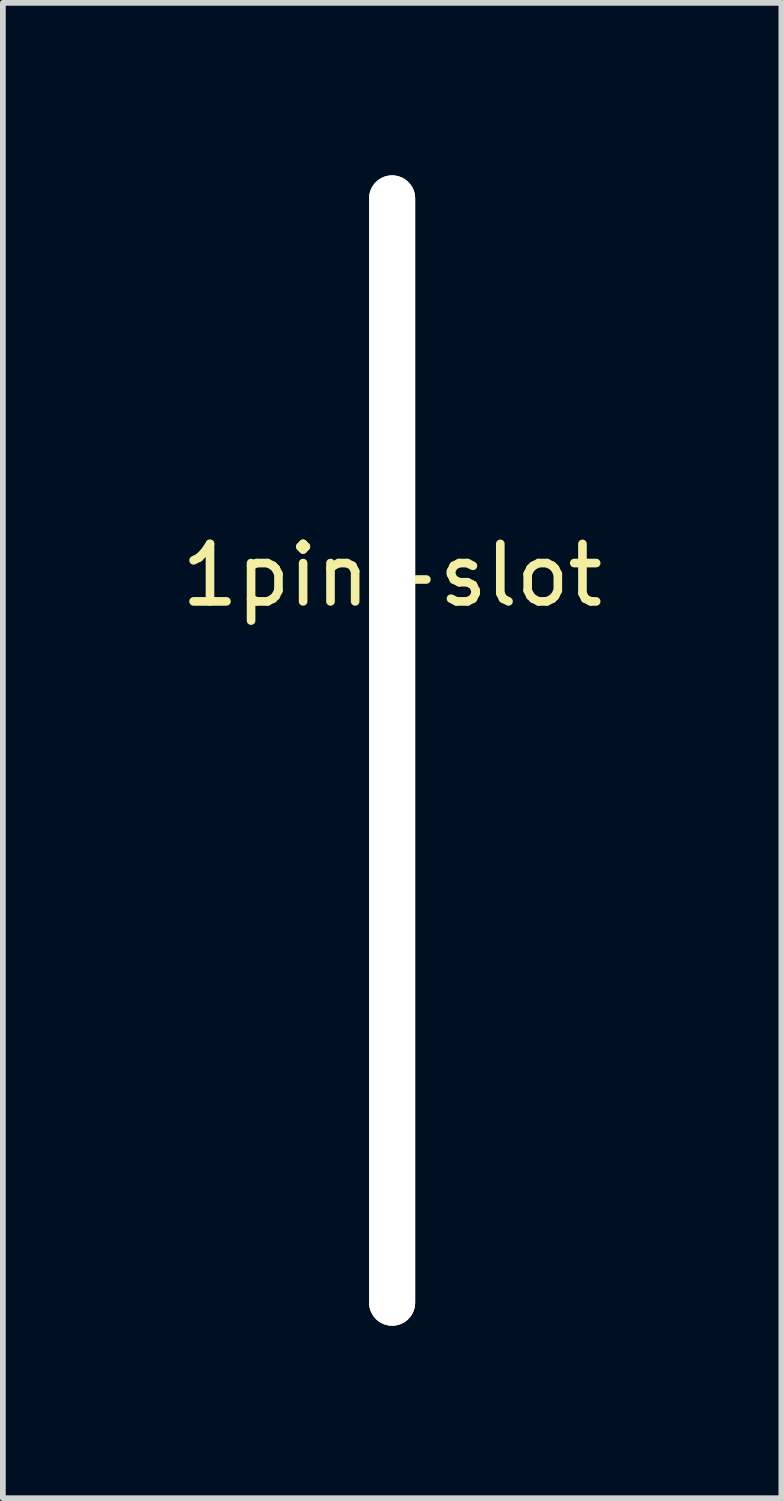
<source format=kicad_pcb>
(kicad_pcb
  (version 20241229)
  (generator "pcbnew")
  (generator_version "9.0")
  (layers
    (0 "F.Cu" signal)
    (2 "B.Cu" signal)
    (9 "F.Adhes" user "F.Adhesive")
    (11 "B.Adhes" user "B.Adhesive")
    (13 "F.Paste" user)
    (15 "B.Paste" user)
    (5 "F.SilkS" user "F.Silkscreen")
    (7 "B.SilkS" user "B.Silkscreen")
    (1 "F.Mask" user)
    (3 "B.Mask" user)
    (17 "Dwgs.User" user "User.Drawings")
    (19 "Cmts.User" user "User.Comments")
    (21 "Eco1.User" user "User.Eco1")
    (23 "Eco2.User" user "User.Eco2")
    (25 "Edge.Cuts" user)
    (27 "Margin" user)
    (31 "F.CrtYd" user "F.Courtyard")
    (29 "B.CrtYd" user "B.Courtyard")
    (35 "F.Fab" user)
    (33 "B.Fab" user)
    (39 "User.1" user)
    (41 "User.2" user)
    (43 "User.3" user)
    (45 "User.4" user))
  (footprint "1pin-slot"
    (layer "F.Cu")
    (at 3.768 10)
    (property "Reference" "1pin-slot" (at 0 -3.048 0) (layer "F.SilkS") (effects (font (size 1 1) (thickness 0.15))))
    (attr through_hole)
    (pad "1" thru_hole oval (at 0 0) (size 0.8 20) (drill oval 0.8 20) (layers "*.Cu" "*.Mask" "F.SilkS")))
  (gr_rect
    (start -3 -3)
    (end 10.536 23)
    (stroke (width 0.1) (type default))
    (fill no)
    (layer "Edge.Cuts")))
</source>
